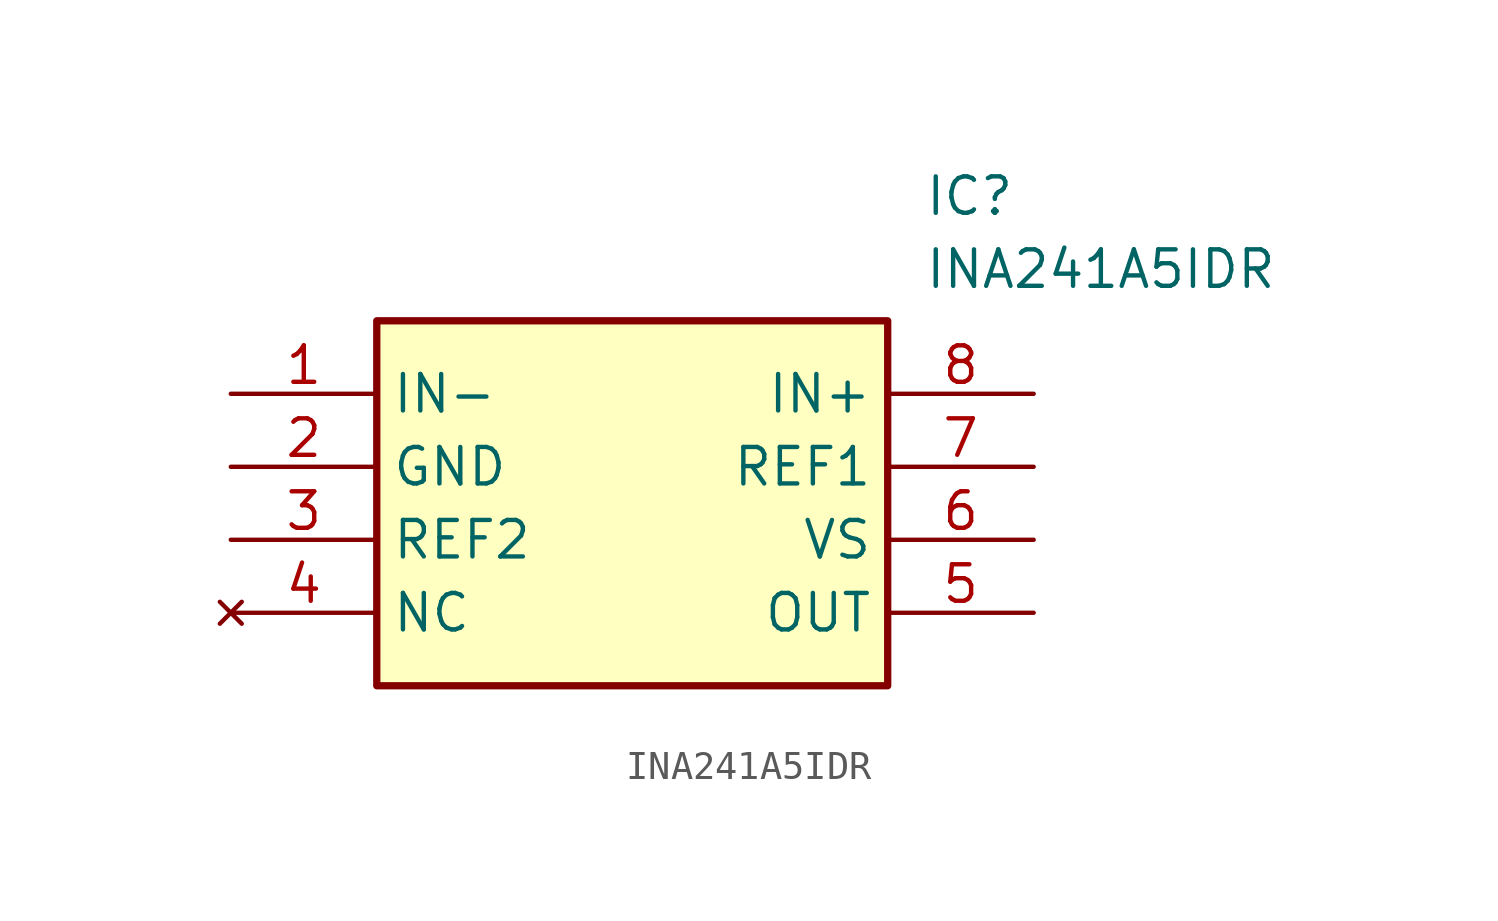
<source format=kicad_sym>
(kicad_symbol_lib
  (version 20211014)
  (generator SamacSys_ECAD_Model)
  (symbol "INA241A5IDR"
    (property "Reference" "IC"
      (at 24.13 7.62 0)
      (effects (font (size 1.27 1.27)) (justify left top)))
    (property "Value" "INA241A5IDR"
      (at 24.13 5.08 0)
      (effects (font (size 1.27 1.27)) (justify left top)))
    (rectangle
      (start 5.08 2.54)
      (end 22.86 -10.16)
      (stroke (width 0.254) (type default))
      (fill (type background)))
    (pin passive line
      (at 0 0 0)
      (length 5.08)
      (name "IN-" (effects (font (size 1.27 1.27))))
      (number "1" (effects (font (size 1.27 1.27)))))
    (pin passive line
      (at 0 -2.54 0)
      (length 5.08)
      (name "GND" (effects (font (size 1.27 1.27))))
      (number "2" (effects (font (size 1.27 1.27)))))
    (pin passive line
      (at 0 -5.08 0)
      (length 5.08)
      (name "REF2" (effects (font (size 1.27 1.27))))
      (number "3" (effects (font (size 1.27 1.27)))))
    (pin no_connect line
      (at 0 -7.62 0)
      (length 5.08)
      (name "NC" (effects (font (size 1.27 1.27))))
      (number "4" (effects (font (size 1.27 1.27)))))
    (pin passive line
      (at 27.94 0 180)
      (length 5.08)
      (name "IN+" (effects (font (size 1.27 1.27))))
      (number "8" (effects (font (size 1.27 1.27)))))
    (pin passive line
      (at 27.94 -2.54 180)
      (length 5.08)
      (name "REF1" (effects (font (size 1.27 1.27))))
      (number "7" (effects (font (size 1.27 1.27)))))
    (pin passive line
      (at 27.94 -5.08 180)
      (length 5.08)
      (name "VS" (effects (font (size 1.27 1.27))))
      (number "6" (effects (font (size 1.27 1.27)))))
    (pin passive line
      (at 27.94 -7.62 180)
      (length 5.08)
      (name "OUT" (effects (font (size 1.27 1.27))))
      (number "5" (effects (font (size 1.27 1.27)))))))
</source>
